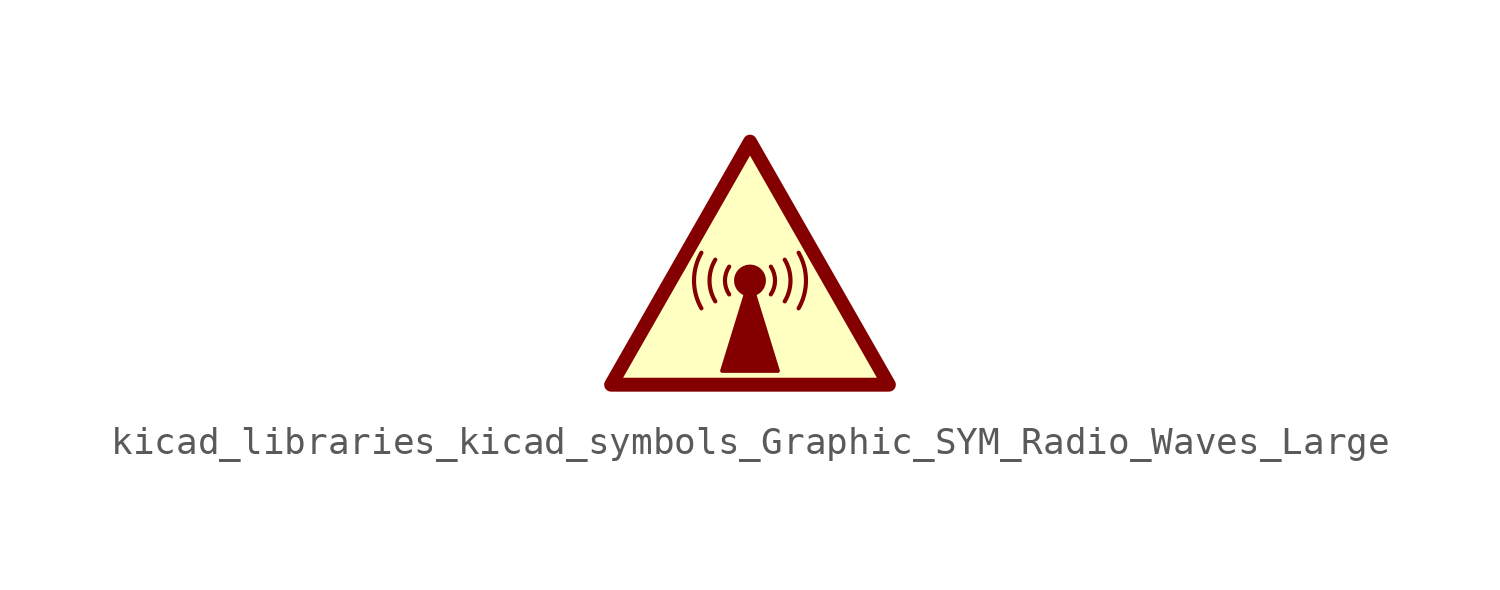
<source format=kicad_sym>
(kicad_symbol_lib
  (version 20220914)
  (generator kicad_symbol_editor)
  (symbol "kicad_libraries_kicad_symbols_Graphic_SYM_Radio_Waves_Large"
    (property "Reference" "#SYM"
      (at 0 5.08 0)
      (effects (font (size 1.27 1.27)) hide))
    (symbol "kicad_libraries_kicad_symbols_Graphic_SYM_Radio_Waves_Large_0_1"
      (arc (start -1.778 -0.254) (mid -2.0478 -1.27) (end -1.778 -2.286) (stroke (width 0) (type default)) (fill (type none)))
      (arc (start -1.27 -0.508) (mid -1.4811 -1.27) (end -1.27 -2.032) (stroke (width 0) (type default)) (fill (type none)))
      (arc (start -0.762 -0.762) (mid -0.9158 -1.27) (end -0.762 -1.778) (stroke (width 0) (type default)) (fill (type none)))
      (circle (center 0 -1.27) (radius 0.508) (stroke (width 0) (type default)) (fill (type outline)))
      (polyline (pts (xy -5.08 -5.08) (xy 5.08 -5.08) (xy 0 3.81) (xy -5.08 -5.08)) (stroke (width 0.508) (type default)) (fill (type background)))
      (polyline (pts (xy -1.016 -4.572) (xy 1.016 -4.572) (xy 0 -1.27) (xy -1.016 -4.572)) (stroke (width 0) (type default)) (fill (type outline)))
      (arc (start 0.762 -1.778) (mid 0.9158 -1.27) (end 0.762 -0.762) (stroke (width 0) (type default)) (fill (type none)))
      (arc (start 1.27 -2.032) (mid 1.4811 -1.27) (end 1.27 -0.508) (stroke (width 0) (type default)) (fill (type none)))
      (arc (start 1.778 -2.286) (mid 2.0478 -1.27) (end 1.778 -0.254) (stroke (width 0) (type default)) (fill (type none))))))
</source>
